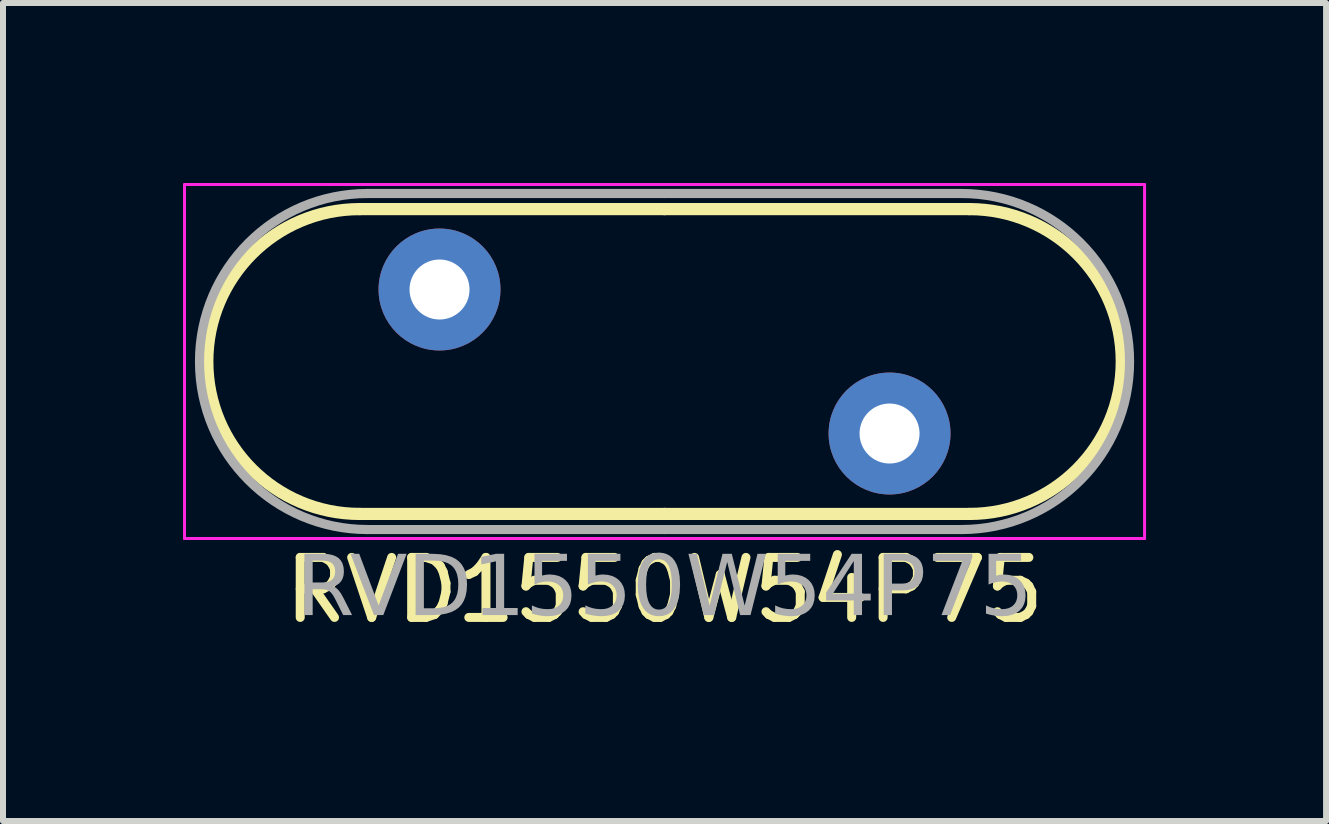
<source format=kicad_pcb>
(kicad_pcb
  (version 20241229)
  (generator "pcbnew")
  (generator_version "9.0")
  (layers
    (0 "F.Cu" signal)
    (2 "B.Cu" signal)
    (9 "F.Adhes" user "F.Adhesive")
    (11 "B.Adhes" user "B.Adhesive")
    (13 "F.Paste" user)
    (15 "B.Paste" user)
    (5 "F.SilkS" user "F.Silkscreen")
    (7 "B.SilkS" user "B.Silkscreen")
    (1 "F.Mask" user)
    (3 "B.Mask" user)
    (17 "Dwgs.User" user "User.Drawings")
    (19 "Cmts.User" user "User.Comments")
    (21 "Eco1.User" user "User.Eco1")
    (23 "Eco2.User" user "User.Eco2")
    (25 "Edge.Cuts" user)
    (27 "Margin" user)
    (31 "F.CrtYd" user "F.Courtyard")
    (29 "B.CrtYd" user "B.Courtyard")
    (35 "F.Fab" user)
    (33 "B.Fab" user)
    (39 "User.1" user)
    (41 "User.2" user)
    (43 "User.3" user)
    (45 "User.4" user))
  (footprint "RVD1550W54P75"
    (layer "F.Cu")
    (at 8.025 2.975)
    (property "Reference" "RVD1550W54P75" (at 0 3.81 0) (layer "F.SilkS") (effects (font (size 1 1) (thickness 0.15))))
    (attr through_hole)
    (fp_line (start -5.08 -2.54) (end 0 -2.54) (stroke (width 0.203) (type solid)) (layer "F.SilkS"))
    (fp_line (start -5.08 2.54) (end 0 2.54) (stroke (width 0.203) (type solid)) (layer "F.SilkS"))
    (fp_line (start 5.08 -2.54) (end 0 -2.54) (stroke (width 0.203) (type solid)) (layer "F.SilkS"))
    (fp_line (start 5.08 2.54) (end 0 2.54) (stroke (width 0.203) (type solid)) (layer "F.SilkS"))
    (fp_arc (start -5.08 2.54) (mid -7.62 0) (end -5.08 -2.54) (stroke (width 0.2032) (type default)) (layer "F.SilkS"))
    (fp_arc (start 5.08 -2.54) (mid 7.62 0) (end 5.08 2.54) (stroke (width 0.2032) (type default)) (layer "F.SilkS"))
    (fp_line (start -8 -2.95) (end -8 2.95) (stroke (width 0.05) (type solid)) (layer "F.CrtYd"))
    (fp_line (start -8 -2.95) (end 8 -2.95) (stroke (width 0.05) (type solid)) (layer "F.CrtYd"))
    (fp_line (start -8 2.95) (end 8 2.95) (stroke (width 0.05) (type solid)) (layer "F.CrtYd"))
    (fp_line (start 8 -2.95) (end 8 2.95) (stroke (width 0.05) (type solid)) (layer "F.CrtYd"))
    (fp_line (start -4.95 -2.8) (end 0 -2.8) (stroke (width 0.152) (type solid)) (layer "F.Fab"))
    (fp_line (start -4.95 2.8) (end 0 2.8) (stroke (width 0.152) (type solid)) (layer "F.Fab"))
    (fp_line (start 4.95 -2.8) (end 0 -2.8) (stroke (width 0.152) (type solid)) (layer "F.Fab"))
    (fp_line (start 4.95 2.8) (end 0 2.8) (stroke (width 0.152) (type solid)) (layer "F.Fab"))
    (fp_arc (start -4.95 2.8) (mid -7.75 0) (end -4.95 -2.8) (stroke (width 0.1524) (type solid)) (layer "F.Fab"))
    (fp_arc (start 4.95 -2.8) (mid 7.75 0) (end 4.95 2.8) (stroke (width 0.1524) (type solid)) (layer "F.Fab"))
    (fp_text user "${REFERENCE}" (at 0 3.81 0) (layer "F.Fab") (effects (font (face "Tahoma") (size 1 1) (thickness 0.15))))
    (pad "1" thru_hole circle (at -3.75 -1.2) (size 2.032 2.032) (drill 1) (layers "*.Cu" "*.Mask"))
    (pad "2" thru_hole circle (at 3.75 1.2) (size 2.032 2.032) (drill 1) (layers "*.Cu" "*.Mask")))
  (gr_rect
    (start -3 -3)
    (end 19.05 10.633)
    (stroke (width 0.1) (type default))
    (fill no)
    (layer "Edge.Cuts")))
</source>
